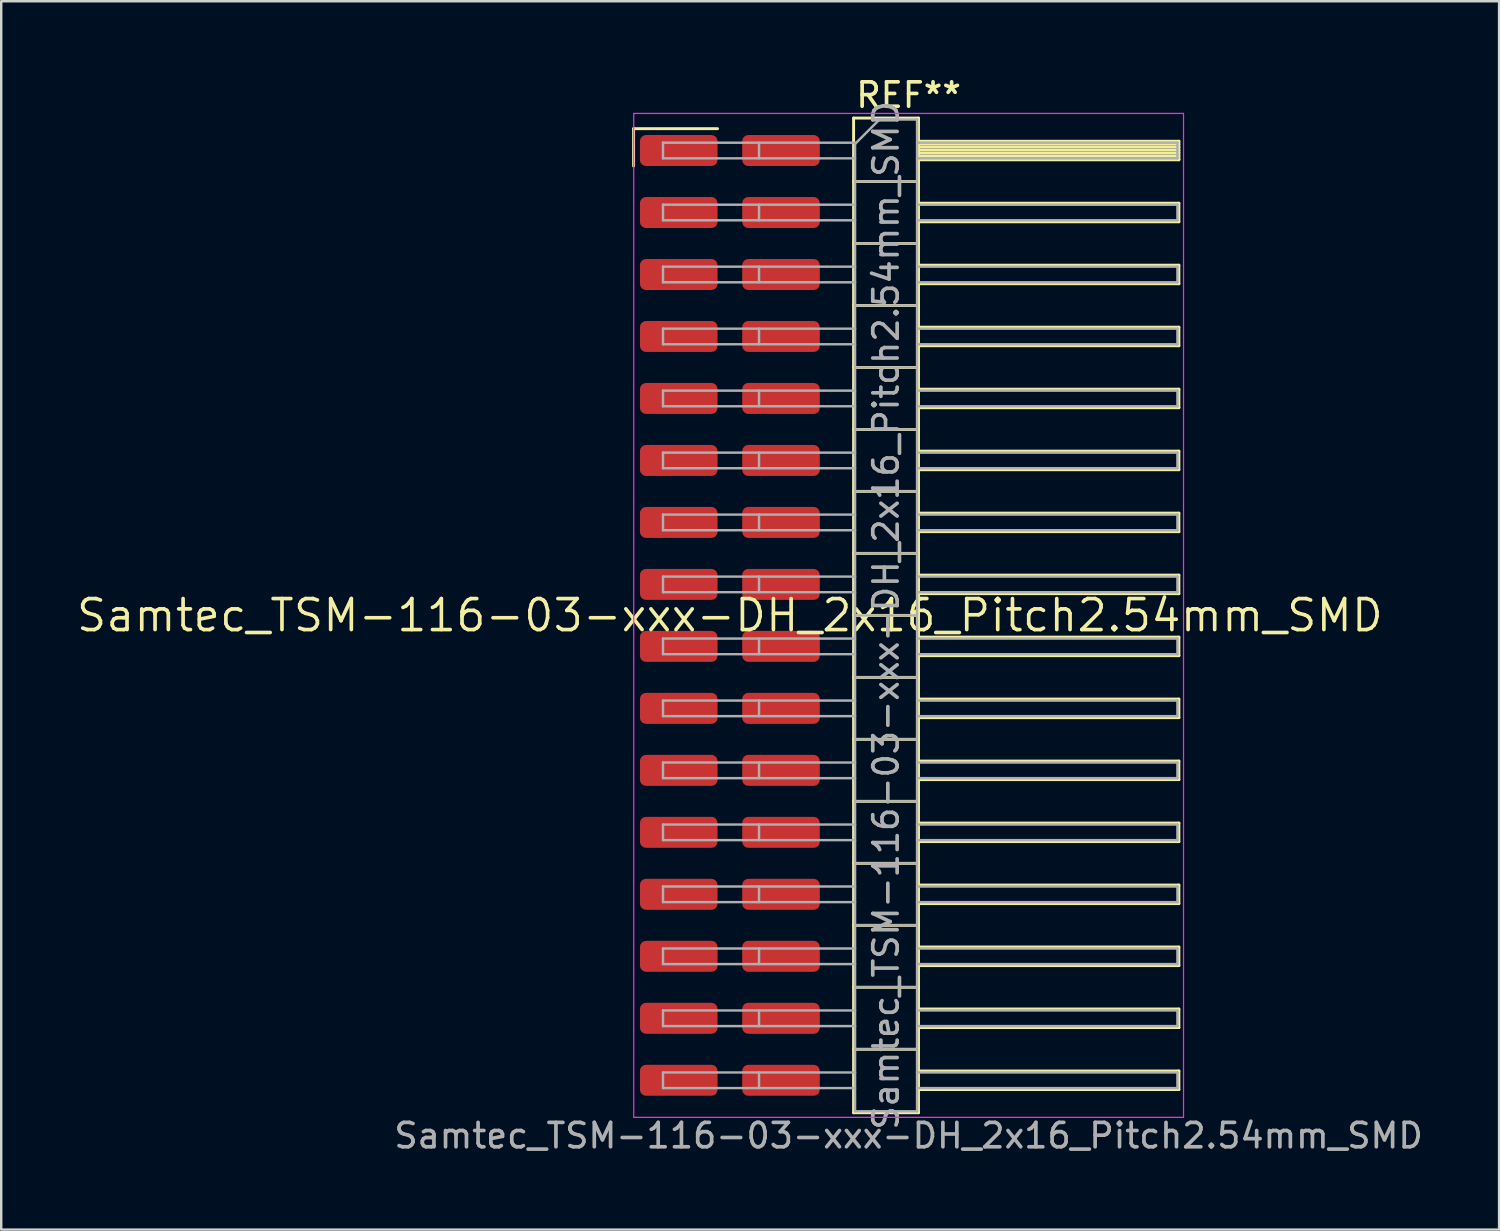
<source format=kicad_pcb>
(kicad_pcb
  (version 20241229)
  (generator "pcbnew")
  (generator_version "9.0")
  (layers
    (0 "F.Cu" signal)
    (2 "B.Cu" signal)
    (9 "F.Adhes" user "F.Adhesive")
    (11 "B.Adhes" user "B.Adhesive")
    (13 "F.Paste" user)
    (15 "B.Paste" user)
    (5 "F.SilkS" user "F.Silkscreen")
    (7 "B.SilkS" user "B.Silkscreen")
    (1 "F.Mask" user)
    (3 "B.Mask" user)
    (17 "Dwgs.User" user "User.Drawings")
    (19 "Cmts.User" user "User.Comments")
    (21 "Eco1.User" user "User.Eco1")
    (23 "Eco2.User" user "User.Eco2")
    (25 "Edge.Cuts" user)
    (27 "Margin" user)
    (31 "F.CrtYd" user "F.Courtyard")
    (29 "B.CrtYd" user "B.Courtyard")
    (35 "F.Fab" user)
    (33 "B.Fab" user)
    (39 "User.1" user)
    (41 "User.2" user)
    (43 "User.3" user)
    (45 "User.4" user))
  (footprint "Samtec_TSM-116-03-xxx-DH_2x16_Pitch2.54mm_SMD"
    (layer "F.Cu")
    (at 26.859 22.168)
    (property "Reference" "Samtec_TSM-116-03-xxx-DH_2x16_Pitch2.54mm_SMD" (at 0 0 0) (layer "F.SilkS") (effects (font (size 1.27 1.27) (thickness 0.15))))
    (attr smd)
    (fp_line (start -3.945 -19.945) (end -0.505 -19.945) (stroke (width 0.12) (type solid)) (layer "F.SilkS"))
    (fp_line (start -3.945 -18.415) (end -3.945 -19.945) (stroke (width 0.12) (type solid)) (layer "F.SilkS"))
    (fp_line (start 5.07 -20.38) (end 7.73 -20.38) (stroke (width 0.12) (type solid)) (layer "F.SilkS"))
    (fp_line (start 5.07 -17.78) (end 7.73 -17.78) (stroke (width 0.12) (type solid)) (layer "F.SilkS"))
    (fp_line (start 5.07 -15.24) (end 7.73 -15.24) (stroke (width 0.12) (type solid)) (layer "F.SilkS"))
    (fp_line (start 5.07 -12.7) (end 7.73 -12.7) (stroke (width 0.12) (type solid)) (layer "F.SilkS"))
    (fp_line (start 5.07 -10.16) (end 7.73 -10.16) (stroke (width 0.12) (type solid)) (layer "F.SilkS"))
    (fp_line (start 5.07 -7.62) (end 7.73 -7.62) (stroke (width 0.12) (type solid)) (layer "F.SilkS"))
    (fp_line (start 5.07 -5.08) (end 7.73 -5.08) (stroke (width 0.12) (type solid)) (layer "F.SilkS"))
    (fp_line (start 5.07 -2.54) (end 7.73 -2.54) (stroke (width 0.12) (type solid)) (layer "F.SilkS"))
    (fp_line (start 5.07 0) (end 7.73 0) (stroke (width 0.12) (type solid)) (layer "F.SilkS"))
    (fp_line (start 5.07 2.54) (end 7.73 2.54) (stroke (width 0.12) (type solid)) (layer "F.SilkS"))
    (fp_line (start 5.07 5.08) (end 7.73 5.08) (stroke (width 0.12) (type solid)) (layer "F.SilkS"))
    (fp_line (start 5.07 7.62) (end 7.73 7.62) (stroke (width 0.12) (type solid)) (layer "F.SilkS"))
    (fp_line (start 5.07 10.16) (end 7.73 10.16) (stroke (width 0.12) (type solid)) (layer "F.SilkS"))
    (fp_line (start 5.07 12.7) (end 7.73 12.7) (stroke (width 0.12) (type solid)) (layer "F.SilkS"))
    (fp_line (start 5.07 15.24) (end 7.73 15.24) (stroke (width 0.12) (type solid)) (layer "F.SilkS"))
    (fp_line (start 5.07 17.78) (end 7.73 17.78) (stroke (width 0.12) (type solid)) (layer "F.SilkS"))
    (fp_line (start 5.07 20.38) (end 5.07 -20.38) (stroke (width 0.12) (type solid)) (layer "F.SilkS"))
    (fp_line (start 7.73 -20.38) (end 7.73 20.38) (stroke (width 0.12) (type solid)) (layer "F.SilkS"))
    (fp_line (start 7.73 -19.43) (end 18.4 -19.43) (stroke (width 0.12) (type solid)) (layer "F.SilkS"))
    (fp_line (start 7.73 -19.31) (end 18.4 -19.31) (stroke (width 0.12) (type solid)) (layer "F.SilkS"))
    (fp_line (start 7.73 -19.19) (end 18.4 -19.19) (stroke (width 0.12) (type solid)) (layer "F.SilkS"))
    (fp_line (start 7.73 -19.07) (end 18.4 -19.07) (stroke (width 0.12) (type solid)) (layer "F.SilkS"))
    (fp_line (start 7.73 -18.95) (end 18.4 -18.95) (stroke (width 0.12) (type solid)) (layer "F.SilkS"))
    (fp_line (start 7.73 -18.83) (end 18.4 -18.83) (stroke (width 0.12) (type solid)) (layer "F.SilkS"))
    (fp_line (start 7.73 -18.71) (end 18.4 -18.71) (stroke (width 0.12) (type solid)) (layer "F.SilkS"))
    (fp_line (start 7.73 -18.67) (end 18.4 -18.67) (stroke (width 0.12) (type solid)) (layer "F.SilkS"))
    (fp_line (start 7.73 -16.89) (end 18.4 -16.89) (stroke (width 0.12) (type solid)) (layer "F.SilkS"))
    (fp_line (start 7.73 -16.13) (end 18.4 -16.13) (stroke (width 0.12) (type solid)) (layer "F.SilkS"))
    (fp_line (start 7.73 -14.35) (end 18.4 -14.35) (stroke (width 0.12) (type solid)) (layer "F.SilkS"))
    (fp_line (start 7.73 -13.59) (end 18.4 -13.59) (stroke (width 0.12) (type solid)) (layer "F.SilkS"))
    (fp_line (start 7.73 -11.81) (end 18.4 -11.81) (stroke (width 0.12) (type solid)) (layer "F.SilkS"))
    (fp_line (start 7.73 -11.05) (end 18.4 -11.05) (stroke (width 0.12) (type solid)) (layer "F.SilkS"))
    (fp_line (start 7.73 -9.27) (end 18.4 -9.27) (stroke (width 0.12) (type solid)) (layer "F.SilkS"))
    (fp_line (start 7.73 -8.51) (end 18.4 -8.51) (stroke (width 0.12) (type solid)) (layer "F.SilkS"))
    (fp_line (start 7.73 -6.73) (end 18.4 -6.73) (stroke (width 0.12) (type solid)) (layer "F.SilkS"))
    (fp_line (start 7.73 -5.97) (end 18.4 -5.97) (stroke (width 0.12) (type solid)) (layer "F.SilkS"))
    (fp_line (start 7.73 -4.19) (end 18.4 -4.19) (stroke (width 0.12) (type solid)) (layer "F.SilkS"))
    (fp_line (start 7.73 -3.43) (end 18.4 -3.43) (stroke (width 0.12) (type solid)) (layer "F.SilkS"))
    (fp_line (start 7.73 -1.65) (end 18.4 -1.65) (stroke (width 0.12) (type solid)) (layer "F.SilkS"))
    (fp_line (start 7.73 -0.89) (end 18.4 -0.89) (stroke (width 0.12) (type solid)) (layer "F.SilkS"))
    (fp_line (start 7.73 0.89) (end 18.4 0.89) (stroke (width 0.12) (type solid)) (layer "F.SilkS"))
    (fp_line (start 7.73 1.65) (end 18.4 1.65) (stroke (width 0.12) (type solid)) (layer "F.SilkS"))
    (fp_line (start 7.73 3.43) (end 18.4 3.43) (stroke (width 0.12) (type solid)) (layer "F.SilkS"))
    (fp_line (start 7.73 4.19) (end 18.4 4.19) (stroke (width 0.12) (type solid)) (layer "F.SilkS"))
    (fp_line (start 7.73 5.97) (end 18.4 5.97) (stroke (width 0.12) (type solid)) (layer "F.SilkS"))
    (fp_line (start 7.73 6.73) (end 18.4 6.73) (stroke (width 0.12) (type solid)) (layer "F.SilkS"))
    (fp_line (start 7.73 8.51) (end 18.4 8.51) (stroke (width 0.12) (type solid)) (layer "F.SilkS"))
    (fp_line (start 7.73 9.27) (end 18.4 9.27) (stroke (width 0.12) (type solid)) (layer "F.SilkS"))
    (fp_line (start 7.73 11.05) (end 18.4 11.05) (stroke (width 0.12) (type solid)) (layer "F.SilkS"))
    (fp_line (start 7.73 11.81) (end 18.4 11.81) (stroke (width 0.12) (type solid)) (layer "F.SilkS"))
    (fp_line (start 7.73 13.59) (end 18.4 13.59) (stroke (width 0.12) (type solid)) (layer "F.SilkS"))
    (fp_line (start 7.73 14.35) (end 18.4 14.35) (stroke (width 0.12) (type solid)) (layer "F.SilkS"))
    (fp_line (start 7.73 16.13) (end 18.4 16.13) (stroke (width 0.12) (type solid)) (layer "F.SilkS"))
    (fp_line (start 7.73 16.89) (end 18.4 16.89) (stroke (width 0.12) (type solid)) (layer "F.SilkS"))
    (fp_line (start 7.73 18.67) (end 18.4 18.67) (stroke (width 0.12) (type solid)) (layer "F.SilkS"))
    (fp_line (start 7.73 19.43) (end 18.4 19.43) (stroke (width 0.12) (type solid)) (layer "F.SilkS"))
    (fp_line (start 7.73 20.38) (end 5.07 20.38) (stroke (width 0.12) (type solid)) (layer "F.SilkS"))
    (fp_line (start 18.4 -19.43) (end 18.4 -18.67) (stroke (width 0.12) (type solid)) (layer "F.SilkS"))
    (fp_line (start 18.4 -16.89) (end 18.4 -16.13) (stroke (width 0.12) (type solid)) (layer "F.SilkS"))
    (fp_line (start 18.4 -14.35) (end 18.4 -13.59) (stroke (width 0.12) (type solid)) (layer "F.SilkS"))
    (fp_line (start 18.4 -11.81) (end 18.4 -11.05) (stroke (width 0.12) (type solid)) (layer "F.SilkS"))
    (fp_line (start 18.4 -9.27) (end 18.4 -8.51) (stroke (width 0.12) (type solid)) (layer "F.SilkS"))
    (fp_line (start 18.4 -6.73) (end 18.4 -5.97) (stroke (width 0.12) (type solid)) (layer "F.SilkS"))
    (fp_line (start 18.4 -4.19) (end 18.4 -3.43) (stroke (width 0.12) (type solid)) (layer "F.SilkS"))
    (fp_line (start 18.4 -1.65) (end 18.4 -0.89) (stroke (width 0.12) (type solid)) (layer "F.SilkS"))
    (fp_line (start 18.4 0.89) (end 18.4 1.65) (stroke (width 0.12) (type solid)) (layer "F.SilkS"))
    (fp_line (start 18.4 3.43) (end 18.4 4.19) (stroke (width 0.12) (type solid)) (layer "F.SilkS"))
    (fp_line (start 18.4 5.97) (end 18.4 6.73) (stroke (width 0.12) (type solid)) (layer "F.SilkS"))
    (fp_line (start 18.4 8.51) (end 18.4 9.27) (stroke (width 0.12) (type solid)) (layer "F.SilkS"))
    (fp_line (start 18.4 11.05) (end 18.4 11.81) (stroke (width 0.12) (type solid)) (layer "F.SilkS"))
    (fp_line (start 18.4 13.59) (end 18.4 14.35) (stroke (width 0.12) (type solid)) (layer "F.SilkS"))
    (fp_line (start 18.4 16.13) (end 18.4 16.89) (stroke (width 0.12) (type solid)) (layer "F.SilkS"))
    (fp_line (start 18.4 18.67) (end 18.4 19.43) (stroke (width 0.12) (type solid)) (layer "F.SilkS"))
    (fp_line (start -3.94 -20.57) (end 18.59 -20.57) (stroke (width 0.05) (type solid)) (layer "F.CrtYd"))
    (fp_line (start -3.94 20.57) (end -3.94 -20.57) (stroke (width 0.05) (type solid)) (layer "F.CrtYd"))
    (fp_line (start 18.59 -20.57) (end 18.59 20.57) (stroke (width 0.05) (type solid)) (layer "F.CrtYd"))
    (fp_line (start 18.59 20.57) (end -3.94 20.57) (stroke (width 0.05) (type solid)) (layer "F.CrtYd"))
    (fp_line (start -2.74 -19.37) (end -2.74 -18.73) (stroke (width 0.1) (type solid)) (layer "F.Fab"))
    (fp_line (start -2.74 -19.37) (end 5.13 -19.37) (stroke (width 0.1) (type solid)) (layer "F.Fab"))
    (fp_line (start -2.74 -18.73) (end 5.13 -18.73) (stroke (width 0.1) (type solid)) (layer "F.Fab"))
    (fp_line (start -2.74 -16.83) (end -2.74 -16.19) (stroke (width 0.1) (type solid)) (layer "F.Fab"))
    (fp_line (start -2.74 -16.83) (end 5.13 -16.83) (stroke (width 0.1) (type solid)) (layer "F.Fab"))
    (fp_line (start -2.74 -16.19) (end 5.13 -16.19) (stroke (width 0.1) (type solid)) (layer "F.Fab"))
    (fp_line (start -2.74 -14.29) (end -2.74 -13.65) (stroke (width 0.1) (type solid)) (layer "F.Fab"))
    (fp_line (start -2.74 -14.29) (end 5.13 -14.29) (stroke (width 0.1) (type solid)) (layer "F.Fab"))
    (fp_line (start -2.74 -13.65) (end 5.13 -13.65) (stroke (width 0.1) (type solid)) (layer "F.Fab"))
    (fp_line (start -2.74 -11.75) (end -2.74 -11.11) (stroke (width 0.1) (type solid)) (layer "F.Fab"))
    (fp_line (start -2.74 -11.75) (end 5.13 -11.75) (stroke (width 0.1) (type solid)) (layer "F.Fab"))
    (fp_line (start -2.74 -11.11) (end 5.13 -11.11) (stroke (width 0.1) (type solid)) (layer "F.Fab"))
    (fp_line (start -2.74 -9.21) (end -2.74 -8.57) (stroke (width 0.1) (type solid)) (layer "F.Fab"))
    (fp_line (start -2.74 -9.21) (end 5.13 -9.21) (stroke (width 0.1) (type solid)) (layer "F.Fab"))
    (fp_line (start -2.74 -8.57) (end 5.13 -8.57) (stroke (width 0.1) (type solid)) (layer "F.Fab"))
    (fp_line (start -2.74 -6.67) (end -2.74 -6.03) (stroke (width 0.1) (type solid)) (layer "F.Fab"))
    (fp_line (start -2.74 -6.67) (end 5.13 -6.67) (stroke (width 0.1) (type solid)) (layer "F.Fab"))
    (fp_line (start -2.74 -6.03) (end 5.13 -6.03) (stroke (width 0.1) (type solid)) (layer "F.Fab"))
    (fp_line (start -2.74 -4.13) (end -2.74 -3.49) (stroke (width 0.1) (type solid)) (layer "F.Fab"))
    (fp_line (start -2.74 -4.13) (end 5.13 -4.13) (stroke (width 0.1) (type solid)) (layer "F.Fab"))
    (fp_line (start -2.74 -3.49) (end 5.13 -3.49) (stroke (width 0.1) (type solid)) (layer "F.Fab"))
    (fp_line (start -2.74 -1.59) (end -2.74 -0.95) (stroke (width 0.1) (type solid)) (layer "F.Fab"))
    (fp_line (start -2.74 -1.59) (end 5.13 -1.59) (stroke (width 0.1) (type solid)) (layer "F.Fab"))
    (fp_line (start -2.74 -0.95) (end 5.13 -0.95) (stroke (width 0.1) (type solid)) (layer "F.Fab"))
    (fp_line (start -2.74 0.95) (end -2.74 1.59) (stroke (width 0.1) (type solid)) (layer "F.Fab"))
    (fp_line (start -2.74 0.95) (end 5.13 0.95) (stroke (width 0.1) (type solid)) (layer "F.Fab"))
    (fp_line (start -2.74 1.59) (end 5.13 1.59) (stroke (width 0.1) (type solid)) (layer "F.Fab"))
    (fp_line (start -2.74 3.49) (end -2.74 4.13) (stroke (width 0.1) (type solid)) (layer "F.Fab"))
    (fp_line (start -2.74 3.49) (end 5.13 3.49) (stroke (width 0.1) (type solid)) (layer "F.Fab"))
    (fp_line (start -2.74 4.13) (end 5.13 4.13) (stroke (width 0.1) (type solid)) (layer "F.Fab"))
    (fp_line (start -2.74 6.03) (end -2.74 6.67) (stroke (width 0.1) (type solid)) (layer "F.Fab"))
    (fp_line (start -2.74 6.03) (end 5.13 6.03) (stroke (width 0.1) (type solid)) (layer "F.Fab"))
    (fp_line (start -2.74 6.67) (end 5.13 6.67) (stroke (width 0.1) (type solid)) (layer "F.Fab"))
    (fp_line (start -2.74 8.57) (end -2.74 9.21) (stroke (width 0.1) (type solid)) (layer "F.Fab"))
    (fp_line (start -2.74 8.57) (end 5.13 8.57) (stroke (width 0.1) (type solid)) (layer "F.Fab"))
    (fp_line (start -2.74 9.21) (end 5.13 9.21) (stroke (width 0.1) (type solid)) (layer "F.Fab"))
    (fp_line (start -2.74 11.11) (end -2.74 11.75) (stroke (width 0.1) (type solid)) (layer "F.Fab"))
    (fp_line (start -2.74 11.11) (end 5.13 11.11) (stroke (width 0.1) (type solid)) (layer "F.Fab"))
    (fp_line (start -2.74 11.75) (end 5.13 11.75) (stroke (width 0.1) (type solid)) (layer "F.Fab"))
    (fp_line (start -2.74 13.65) (end -2.74 14.29) (stroke (width 0.1) (type solid)) (layer "F.Fab"))
    (fp_line (start -2.74 13.65) (end 5.13 13.65) (stroke (width 0.1) (type solid)) (layer "F.Fab"))
    (fp_line (start -2.74 14.29) (end 5.13 14.29) (stroke (width 0.1) (type solid)) (layer "F.Fab"))
    (fp_line (start -2.74 16.19) (end -2.74 16.83) (stroke (width 0.1) (type solid)) (layer "F.Fab"))
    (fp_line (start -2.74 16.19) (end 5.13 16.19) (stroke (width 0.1) (type solid)) (layer "F.Fab"))
    (fp_line (start -2.74 16.83) (end 5.13 16.83) (stroke (width 0.1) (type solid)) (layer "F.Fab"))
    (fp_line (start -2.74 18.73) (end -2.74 19.37) (stroke (width 0.1) (type solid)) (layer "F.Fab"))
    (fp_line (start -2.74 18.73) (end 5.13 18.73) (stroke (width 0.1) (type solid)) (layer "F.Fab"))
    (fp_line (start -2.74 19.37) (end 5.13 19.37) (stroke (width 0.1) (type solid)) (layer "F.Fab"))
    (fp_line (start 1.195 -19.37) (end 1.195 -18.73) (stroke (width 0.1) (type solid)) (layer "F.Fab"))
    (fp_line (start 1.195 -16.83) (end 1.195 -16.19) (stroke (width 0.1) (type solid)) (layer "F.Fab"))
    (fp_line (start 1.195 -14.29) (end 1.195 -13.65) (stroke (width 0.1) (type solid)) (layer "F.Fab"))
    (fp_line (start 1.195 -11.75) (end 1.195 -11.11) (stroke (width 0.1) (type solid)) (layer "F.Fab"))
    (fp_line (start 1.195 -9.21) (end 1.195 -8.57) (stroke (width 0.1) (type solid)) (layer "F.Fab"))
    (fp_line (start 1.195 -6.67) (end 1.195 -6.03) (stroke (width 0.1) (type solid)) (layer "F.Fab"))
    (fp_line (start 1.195 -4.13) (end 1.195 -3.49) (stroke (width 0.1) (type solid)) (layer "F.Fab"))
    (fp_line (start 1.195 -1.59) (end 1.195 -0.95) (stroke (width 0.1) (type solid)) (layer "F.Fab"))
    (fp_line (start 1.195 0.95) (end 1.195 1.59) (stroke (width 0.1) (type solid)) (layer "F.Fab"))
    (fp_line (start 1.195 3.49) (end 1.195 4.13) (stroke (width 0.1) (type solid)) (layer "F.Fab"))
    (fp_line (start 1.195 6.03) (end 1.195 6.67) (stroke (width 0.1) (type solid)) (layer "F.Fab"))
    (fp_line (start 1.195 8.57) (end 1.195 9.21) (stroke (width 0.1) (type solid)) (layer "F.Fab"))
    (fp_line (start 1.195 11.11) (end 1.195 11.75) (stroke (width 0.1) (type solid)) (layer "F.Fab"))
    (fp_line (start 1.195 13.65) (end 1.195 14.29) (stroke (width 0.1) (type solid)) (layer "F.Fab"))
    (fp_line (start 1.195 16.19) (end 1.195 16.83) (stroke (width 0.1) (type solid)) (layer "F.Fab"))
    (fp_line (start 1.195 18.73) (end 1.195 19.37) (stroke (width 0.1) (type solid)) (layer "F.Fab"))
    (fp_line (start 5.13 -19.32) (end 6.13 -20.32) (stroke (width 0.1) (type solid)) (layer "F.Fab"))
    (fp_line (start 5.13 -17.78) (end 7.67 -17.78) (stroke (width 0.1) (type solid)) (layer "F.Fab"))
    (fp_line (start 5.13 -15.24) (end 7.67 -15.24) (stroke (width 0.1) (type solid)) (layer "F.Fab"))
    (fp_line (start 5.13 -12.7) (end 7.67 -12.7) (stroke (width 0.1) (type solid)) (layer "F.Fab"))
    (fp_line (start 5.13 -10.16) (end 7.67 -10.16) (stroke (width 0.1) (type solid)) (layer "F.Fab"))
    (fp_line (start 5.13 -7.62) (end 7.67 -7.62) (stroke (width 0.1) (type solid)) (layer "F.Fab"))
    (fp_line (start 5.13 -5.08) (end 7.67 -5.08) (stroke (width 0.1) (type solid)) (layer "F.Fab"))
    (fp_line (start 5.13 -2.54) (end 7.67 -2.54) (stroke (width 0.1) (type solid)) (layer "F.Fab"))
    (fp_line (start 5.13 0) (end 7.67 0) (stroke (width 0.1) (type solid)) (layer "F.Fab"))
    (fp_line (start 5.13 2.54) (end 7.67 2.54) (stroke (width 0.1) (type solid)) (layer "F.Fab"))
    (fp_line (start 5.13 5.08) (end 7.67 5.08) (stroke (width 0.1) (type solid)) (layer "F.Fab"))
    (fp_line (start 5.13 7.62) (end 7.67 7.62) (stroke (width 0.1) (type solid)) (layer "F.Fab"))
    (fp_line (start 5.13 10.16) (end 7.67 10.16) (stroke (width 0.1) (type solid)) (layer "F.Fab"))
    (fp_line (start 5.13 12.7) (end 7.67 12.7) (stroke (width 0.1) (type solid)) (layer "F.Fab"))
    (fp_line (start 5.13 15.24) (end 7.67 15.24) (stroke (width 0.1) (type solid)) (layer "F.Fab"))
    (fp_line (start 5.13 17.78) (end 7.67 17.78) (stroke (width 0.1) (type solid)) (layer "F.Fab"))
    (fp_line (start 5.13 20.32) (end 5.13 -19.32) (stroke (width 0.1) (type solid)) (layer "F.Fab"))
    (fp_line (start 6.13 -20.32) (end 7.67 -20.32) (stroke (width 0.1) (type solid)) (layer "F.Fab"))
    (fp_line (start 7.67 -20.32) (end 7.67 20.32) (stroke (width 0.1) (type solid)) (layer "F.Fab"))
    (fp_line (start 7.67 -19.37) (end 18.34 -19.37) (stroke (width 0.1) (type solid)) (layer "F.Fab"))
    (fp_line (start 7.67 -18.73) (end 18.34 -18.73) (stroke (width 0.1) (type solid)) (layer "F.Fab"))
    (fp_line (start 7.67 -16.83) (end 18.34 -16.83) (stroke (width 0.1) (type solid)) (layer "F.Fab"))
    (fp_line (start 7.67 -16.19) (end 18.34 -16.19) (stroke (width 0.1) (type solid)) (layer "F.Fab"))
    (fp_line (start 7.67 -14.29) (end 18.34 -14.29) (stroke (width 0.1) (type solid)) (layer "F.Fab"))
    (fp_line (start 7.67 -13.65) (end 18.34 -13.65) (stroke (width 0.1) (type solid)) (layer "F.Fab"))
    (fp_line (start 7.67 -11.75) (end 18.34 -11.75) (stroke (width 0.1) (type solid)) (layer "F.Fab"))
    (fp_line (start 7.67 -11.11) (end 18.34 -11.11) (stroke (width 0.1) (type solid)) (layer "F.Fab"))
    (fp_line (start 7.67 -9.21) (end 18.34 -9.21) (stroke (width 0.1) (type solid)) (layer "F.Fab"))
    (fp_line (start 7.67 -8.57) (end 18.34 -8.57) (stroke (width 0.1) (type solid)) (layer "F.Fab"))
    (fp_line (start 7.67 -6.67) (end 18.34 -6.67) (stroke (width 0.1) (type solid)) (layer "F.Fab"))
    (fp_line (start 7.67 -6.03) (end 18.34 -6.03) (stroke (width 0.1) (type solid)) (layer "F.Fab"))
    (fp_line (start 7.67 -4.13) (end 18.34 -4.13) (stroke (width 0.1) (type solid)) (layer "F.Fab"))
    (fp_line (start 7.67 -3.49) (end 18.34 -3.49) (stroke (width 0.1) (type solid)) (layer "F.Fab"))
    (fp_line (start 7.67 -1.59) (end 18.34 -1.59) (stroke (width 0.1) (type solid)) (layer "F.Fab"))
    (fp_line (start 7.67 -0.95) (end 18.34 -0.95) (stroke (width 0.1) (type solid)) (layer "F.Fab"))
    (fp_line (start 7.67 0.95) (end 18.34 0.95) (stroke (width 0.1) (type solid)) (layer "F.Fab"))
    (fp_line (start 7.67 1.59) (end 18.34 1.59) (stroke (width 0.1) (type solid)) (layer "F.Fab"))
    (fp_line (start 7.67 3.49) (end 18.34 3.49) (stroke (width 0.1) (type solid)) (layer "F.Fab"))
    (fp_line (start 7.67 4.13) (end 18.34 4.13) (stroke (width 0.1) (type solid)) (layer "F.Fab"))
    (fp_line (start 7.67 6.03) (end 18.34 6.03) (stroke (width 0.1) (type solid)) (layer "F.Fab"))
    (fp_line (start 7.67 6.67) (end 18.34 6.67) (stroke (width 0.1) (type solid)) (layer "F.Fab"))
    (fp_line (start 7.67 8.57) (end 18.34 8.57) (stroke (width 0.1) (type solid)) (layer "F.Fab"))
    (fp_line (start 7.67 9.21) (end 18.34 9.21) (stroke (width 0.1) (type solid)) (layer "F.Fab"))
    (fp_line (start 7.67 11.11) (end 18.34 11.11) (stroke (width 0.1) (type solid)) (layer "F.Fab"))
    (fp_line (start 7.67 11.75) (end 18.34 11.75) (stroke (width 0.1) (type solid)) (layer "F.Fab"))
    (fp_line (start 7.67 13.65) (end 18.34 13.65) (stroke (width 0.1) (type solid)) (layer "F.Fab"))
    (fp_line (start 7.67 14.29) (end 18.34 14.29) (stroke (width 0.1) (type solid)) (layer "F.Fab"))
    (fp_line (start 7.67 16.19) (end 18.34 16.19) (stroke (width 0.1) (type solid)) (layer "F.Fab"))
    (fp_line (start 7.67 16.83) (end 18.34 16.83) (stroke (width 0.1) (type solid)) (layer "F.Fab"))
    (fp_line (start 7.67 18.73) (end 18.34 18.73) (stroke (width 0.1) (type solid)) (layer "F.Fab"))
    (fp_line (start 7.67 19.37) (end 18.34 19.37) (stroke (width 0.1) (type solid)) (layer "F.Fab"))
    (fp_line (start 7.67 20.32) (end 5.13 20.32) (stroke (width 0.1) (type solid)) (layer "F.Fab"))
    (fp_line (start 18.34 -19.37) (end 18.34 -18.73) (stroke (width 0.1) (type solid)) (layer "F.Fab"))
    (fp_line (start 18.34 -16.83) (end 18.34 -16.19) (stroke (width 0.1) (type solid)) (layer "F.Fab"))
    (fp_line (start 18.34 -14.29) (end 18.34 -13.65) (stroke (width 0.1) (type solid)) (layer "F.Fab"))
    (fp_line (start 18.34 -11.75) (end 18.34 -11.11) (stroke (width 0.1) (type solid)) (layer "F.Fab"))
    (fp_line (start 18.34 -9.21) (end 18.34 -8.57) (stroke (width 0.1) (type solid)) (layer "F.Fab"))
    (fp_line (start 18.34 -6.67) (end 18.34 -6.03) (stroke (width 0.1) (type solid)) (layer "F.Fab"))
    (fp_line (start 18.34 -4.13) (end 18.34 -3.49) (stroke (width 0.1) (type solid)) (layer "F.Fab"))
    (fp_line (start 18.34 -1.59) (end 18.34 -0.95) (stroke (width 0.1) (type solid)) (layer "F.Fab"))
    (fp_line (start 18.34 0.95) (end 18.34 1.59) (stroke (width 0.1) (type solid)) (layer "F.Fab"))
    (fp_line (start 18.34 3.49) (end 18.34 4.13) (stroke (width 0.1) (type solid)) (layer "F.Fab"))
    (fp_line (start 18.34 6.03) (end 18.34 6.67) (stroke (width 0.1) (type solid)) (layer "F.Fab"))
    (fp_line (start 18.34 8.57) (end 18.34 9.21) (stroke (width 0.1) (type solid)) (layer "F.Fab"))
    (fp_line (start 18.34 11.11) (end 18.34 11.75) (stroke (width 0.1) (type solid)) (layer "F.Fab"))
    (fp_line (start 18.34 13.65) (end 18.34 14.29) (stroke (width 0.1) (type solid)) (layer "F.Fab"))
    (fp_line (start 18.34 16.19) (end 18.34 16.83) (stroke (width 0.1) (type solid)) (layer "F.Fab"))
    (fp_line (start 18.34 18.73) (end 18.34 19.37) (stroke (width 0.1) (type solid)) (layer "F.Fab"))
    (fp_text user "REF**" (at 7.325 -21.32 0) (layer "F.SilkS") (effects (font (size 1 1) (thickness 0.15))))
    (fp_text user "Samtec_TSM-116-03-xxx-DH_2x16_Pitch2.54mm_SMD" (at 7.325 21.32 0) (layer "F.Fab") (effects (font (size 1 1) (thickness 0.15))))
    (fp_text user "${REFERENCE}" (at 6.4 0 90) (layer "F.Fab") (effects (font (size 1 1) (thickness 0.15))))
    (pad "1" smd roundrect (at -2.095 -19.05) (size 3.18 1.27) (layers "F.Cu" "F.Mask" "F.Paste") (roundrect_rratio 0.197))
    (pad "2" smd roundrect (at 2.095 -19.05) (size 3.18 1.27) (layers "F.Cu" "F.Mask" "F.Paste") (roundrect_rratio 0.197))
    (pad "3" smd roundrect (at -2.095 -16.51) (size 3.18 1.27) (layers "F.Cu" "F.Mask" "F.Paste") (roundrect_rratio 0.197))
    (pad "4" smd roundrect (at 2.095 -16.51) (size 3.18 1.27) (layers "F.Cu" "F.Mask" "F.Paste") (roundrect_rratio 0.197))
    (pad "5" smd roundrect (at -2.095 -13.97) (size 3.18 1.27) (layers "F.Cu" "F.Mask" "F.Paste") (roundrect_rratio 0.197))
    (pad "6" smd roundrect (at 2.095 -13.97) (size 3.18 1.27) (layers "F.Cu" "F.Mask" "F.Paste") (roundrect_rratio 0.197))
    (pad "7" smd roundrect (at -2.095 -11.43) (size 3.18 1.27) (layers "F.Cu" "F.Mask" "F.Paste") (roundrect_rratio 0.197))
    (pad "8" smd roundrect (at 2.095 -11.43) (size 3.18 1.27) (layers "F.Cu" "F.Mask" "F.Paste") (roundrect_rratio 0.197))
    (pad "9" smd roundrect (at -2.095 -8.89) (size 3.18 1.27) (layers "F.Cu" "F.Mask" "F.Paste") (roundrect_rratio 0.197))
    (pad "10" smd roundrect (at 2.095 -8.89) (size 3.18 1.27) (layers "F.Cu" "F.Mask" "F.Paste") (roundrect_rratio 0.197))
    (pad "11" smd roundrect (at -2.095 -6.35) (size 3.18 1.27) (layers "F.Cu" "F.Mask" "F.Paste") (roundrect_rratio 0.197))
    (pad "12" smd roundrect (at 2.095 -6.35) (size 3.18 1.27) (layers "F.Cu" "F.Mask" "F.Paste") (roundrect_rratio 0.197))
    (pad "13" smd roundrect (at -2.095 -3.81) (size 3.18 1.27) (layers "F.Cu" "F.Mask" "F.Paste") (roundrect_rratio 0.197))
    (pad "14" smd roundrect (at 2.095 -3.81) (size 3.18 1.27) (layers "F.Cu" "F.Mask" "F.Paste") (roundrect_rratio 0.197))
    (pad "15" smd roundrect (at -2.095 -1.27) (size 3.18 1.27) (layers "F.Cu" "F.Mask" "F.Paste") (roundrect_rratio 0.197))
    (pad "16" smd roundrect (at 2.095 -1.27) (size 3.18 1.27) (layers "F.Cu" "F.Mask" "F.Paste") (roundrect_rratio 0.197))
    (pad "17" smd roundrect (at -2.095 1.27) (size 3.18 1.27) (layers "F.Cu" "F.Mask" "F.Paste") (roundrect_rratio 0.197))
    (pad "18" smd roundrect (at 2.095 1.27) (size 3.18 1.27) (layers "F.Cu" "F.Mask" "F.Paste") (roundrect_rratio 0.197))
    (pad "19" smd roundrect (at -2.095 3.81) (size 3.18 1.27) (layers "F.Cu" "F.Mask" "F.Paste") (roundrect_rratio 0.197))
    (pad "20" smd roundrect (at 2.095 3.81) (size 3.18 1.27) (layers "F.Cu" "F.Mask" "F.Paste") (roundrect_rratio 0.197))
    (pad "21" smd roundrect (at -2.095 6.35) (size 3.18 1.27) (layers "F.Cu" "F.Mask" "F.Paste") (roundrect_rratio 0.197))
    (pad "22" smd roundrect (at 2.095 6.35) (size 3.18 1.27) (layers "F.Cu" "F.Mask" "F.Paste") (roundrect_rratio 0.197))
    (pad "23" smd roundrect (at -2.095 8.89) (size 3.18 1.27) (layers "F.Cu" "F.Mask" "F.Paste") (roundrect_rratio 0.197))
    (pad "24" smd roundrect (at 2.095 8.89) (size 3.18 1.27) (layers "F.Cu" "F.Mask" "F.Paste") (roundrect_rratio 0.197))
    (pad "25" smd roundrect (at -2.095 11.43) (size 3.18 1.27) (layers "F.Cu" "F.Mask" "F.Paste") (roundrect_rratio 0.197))
    (pad "26" smd roundrect (at 2.095 11.43) (size 3.18 1.27) (layers "F.Cu" "F.Mask" "F.Paste") (roundrect_rratio 0.197))
    (pad "27" smd roundrect (at -2.095 13.97) (size 3.18 1.27) (layers "F.Cu" "F.Mask" "F.Paste") (roundrect_rratio 0.197))
    (pad "28" smd roundrect (at 2.095 13.97) (size 3.18 1.27) (layers "F.Cu" "F.Mask" "F.Paste") (roundrect_rratio 0.197))
    (pad "29" smd roundrect (at -2.095 16.51) (size 3.18 1.27) (layers "F.Cu" "F.Mask" "F.Paste") (roundrect_rratio 0.197))
    (pad "30" smd roundrect (at 2.095 16.51) (size 3.18 1.27) (layers "F.Cu" "F.Mask" "F.Paste") (roundrect_rratio 0.197))
    (pad "31" smd roundrect (at -2.095 19.05) (size 3.18 1.27) (layers "F.Cu" "F.Mask" "F.Paste") (roundrect_rratio 0.197))
    (pad "32" smd roundrect (at 2.095 19.05) (size 3.18 1.27) (layers "F.Cu" "F.Mask" "F.Paste") (roundrect_rratio 0.197)))
  (gr_rect
    (start -3 -3)
    (end 58.38 47.337)
    (stroke (width 0.1) (type default))
    (fill no)
    (layer "Edge.Cuts")))
</source>
